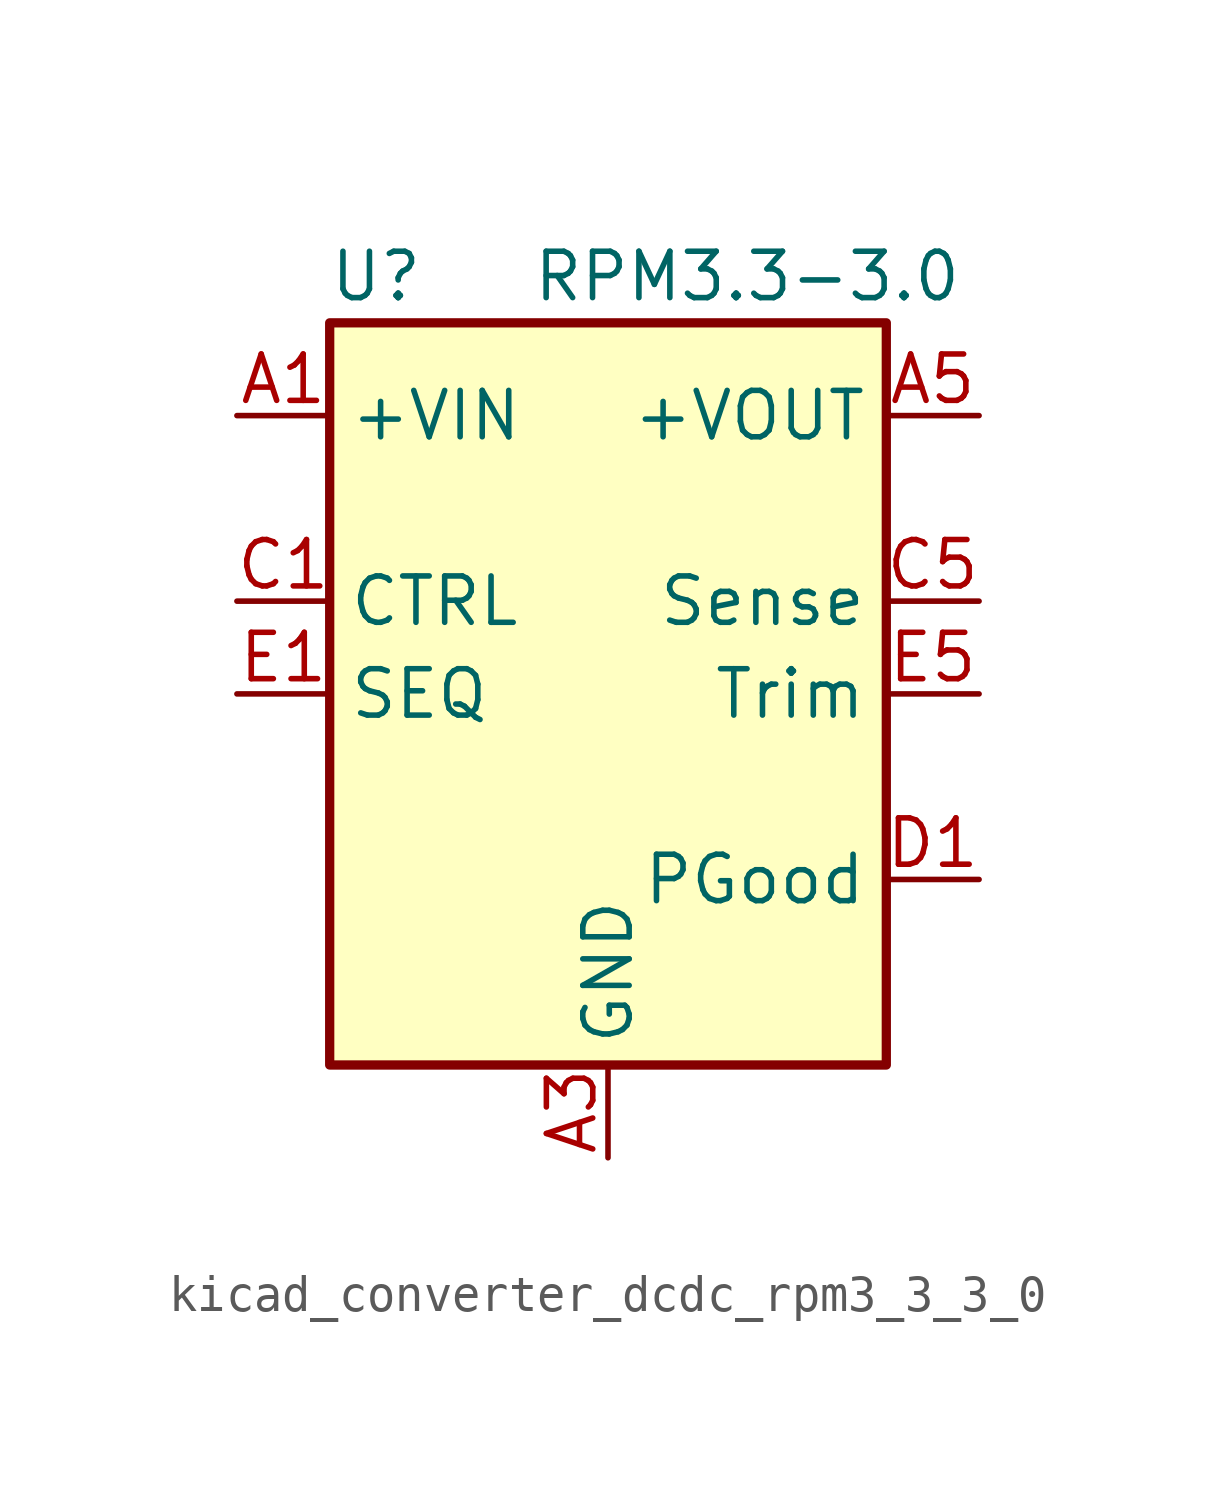
<source format=kicad_sym>
(kicad_symbol_lib
  (version 20220914)
  (generator kicad_symbol_editor)
  (symbol "kicad_converter_dcdc_rpm3_3_3_0"
    (property "Reference" "U"
      (at -6.35 11.43 0)
      (effects (font (size 1.27 1.27))))
    (property "Value" "RPM3.3-3.0"
      (at 3.81 11.43 0)
      (effects (font (size 1.27 1.27))))
    (symbol "kicad_converter_dcdc_rpm3_3_3_0_0_1"
      (rectangle (start -7.62 10.16) (end 7.62 -10.16) (stroke (width 0.254) (type default)) (fill (type background))))
    (symbol "kicad_converter_dcdc_rpm3_3_3_0_1_1"
      (pin power_in line (at -10.16 7.62 0) (length 2.54) (name "+VIN" (effects (font (size 1.27 1.27)))) (number "A1" (effects (font (size 1.27 1.27)))))
      (pin passive line (at -10.16 7.62 0) (length 2.54) hide (name "+VIN" (effects (font (size 1.27 1.27)))) (number "A2" (effects (font (size 1.27 1.27)))))
      (pin power_in line (at 0 -12.7 90) (length 2.54) (name "GND" (effects (font (size 1.27 1.27)))) (number "A3" (effects (font (size 1.27 1.27)))))
      (pin passive line (at 0 -12.7 90) (length 2.54) hide (name "GND" (effects (font (size 1.27 1.27)))) (number "A4" (effects (font (size 1.27 1.27)))))
      (pin power_out line (at 10.16 7.62 180) (length 2.54) (name "+VOUT" (effects (font (size 1.27 1.27)))) (number "A5" (effects (font (size 1.27 1.27)))))
      (pin passive line (at 0 -12.7 90) (length 2.54) hide (name "GND" (effects (font (size 1.27 1.27)))) (number "B1" (effects (font (size 1.27 1.27)))))
      (pin passive line (at 0 -12.7 90) (length 2.54) hide (name "GND" (effects (font (size 1.27 1.27)))) (number "B2" (effects (font (size 1.27 1.27)))))
      (pin passive line (at 0 -12.7 90) (length 2.54) hide (name "GND" (effects (font (size 1.27 1.27)))) (number "B3" (effects (font (size 1.27 1.27)))))
      (pin passive line (at 0 -12.7 90) (length 2.54) hide (name "GND" (effects (font (size 1.27 1.27)))) (number "B4" (effects (font (size 1.27 1.27)))))
      (pin passive line (at 10.16 7.62 180) (length 2.54) hide (name "+VOUT" (effects (font (size 1.27 1.27)))) (number "B5" (effects (font (size 1.27 1.27)))))
      (pin input line (at -10.16 2.54 0) (length 2.54) (name "CTRL" (effects (font (size 1.27 1.27)))) (number "C1" (effects (font (size 1.27 1.27)))))
      (pin passive line (at 0 -12.7 90) (length 2.54) hide (name "GND" (effects (font (size 1.27 1.27)))) (number "C2" (effects (font (size 1.27 1.27)))))
      (pin passive line (at 0 -12.7 90) (length 2.54) hide (name "GND" (effects (font (size 1.27 1.27)))) (number "C3" (effects (font (size 1.27 1.27)))))
      (pin passive line (at 0 -12.7 90) (length 2.54) hide (name "GND" (effects (font (size 1.27 1.27)))) (number "C4" (effects (font (size 1.27 1.27)))))
      (pin input line (at 10.16 2.54 180) (length 2.54) (name "Sense" (effects (font (size 1.27 1.27)))) (number "C5" (effects (font (size 1.27 1.27)))))
      (pin output line (at 10.16 -5.08 180) (length 2.54) (name "PGood" (effects (font (size 1.27 1.27)))) (number "D1" (effects (font (size 1.27 1.27)))))
      (pin passive line (at 0 -12.7 90) (length 2.54) hide (name "GND" (effects (font (size 1.27 1.27)))) (number "D2" (effects (font (size 1.27 1.27)))))
      (pin passive line (at 0 -12.7 90) (length 2.54) hide (name "GND" (effects (font (size 1.27 1.27)))) (number "D3" (effects (font (size 1.27 1.27)))))
      (pin passive line (at 0 -12.7 90) (length 2.54) hide (name "GND" (effects (font (size 1.27 1.27)))) (number "D4" (effects (font (size 1.27 1.27)))))
      (pin passive line (at 0 -12.7 90) (length 2.54) hide (name "GND" (effects (font (size 1.27 1.27)))) (number "D5" (effects (font (size 1.27 1.27)))))
      (pin passive line (at -10.16 0 0) (length 2.54) (name "SEQ" (effects (font (size 1.27 1.27)))) (number "E1" (effects (font (size 1.27 1.27)))))
      (pin no_connect line (at -7.62 -5.08 0) (length 2.54) hide (name "NC" (effects (font (size 1.27 1.27)))) (number "E2" (effects (font (size 1.27 1.27)))))
      (pin passive line (at 0 -12.7 90) (length 2.54) hide (name "GND" (effects (font (size 1.27 1.27)))) (number "E3" (effects (font (size 1.27 1.27)))))
      (pin passive line (at 0 -12.7 90) (length 2.54) hide (name "GND" (effects (font (size 1.27 1.27)))) (number "E4" (effects (font (size 1.27 1.27)))))
      (pin input line (at 10.16 0 180) (length 2.54) (name "Trim" (effects (font (size 1.27 1.27)))) (number "E5" (effects (font (size 1.27 1.27))))))))
</source>
